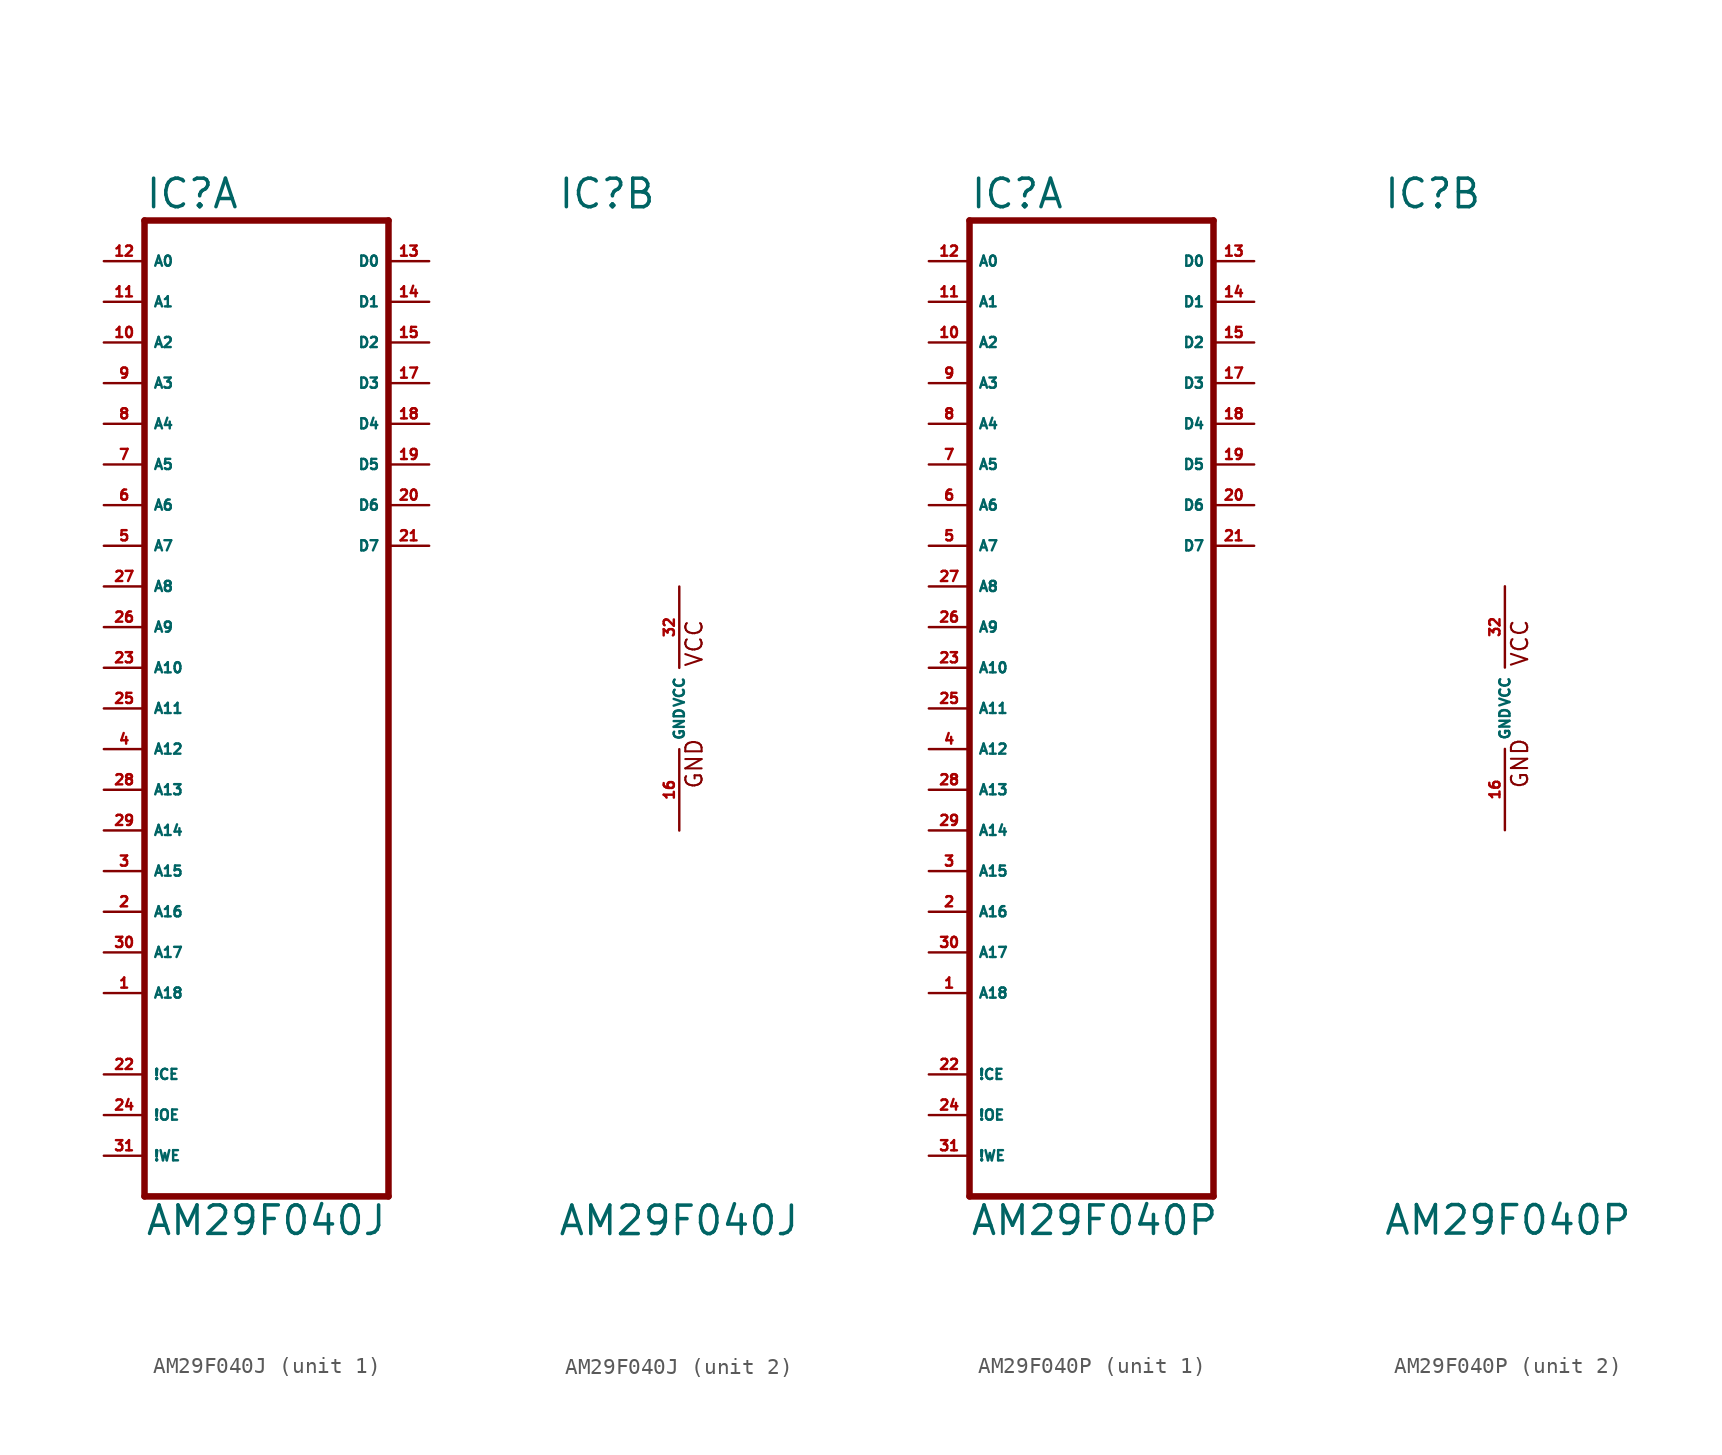
<source format=kicad_sym>
(kicad_symbol_lib
  (version 20220914)
  (generator Eagle2Kicad)
  (symbol "AM29F040J"
    (property "Reference" "IC"
      (at -7.62 31.115 0)
      (effects (font (size 1.778 1.778) (thickness 0.22)) (justify left bottom)))
    (property "Value" "AM29F040J"
      (at -7.62 -33.02 0)
      (effects (font (size 1.778 1.778) (thickness 0.22)) (justify left bottom)))
    (symbol "AM29F040J_1_0"
      (polyline (pts (xy -7.62 -30.48) (xy 7.62 -30.48)) (stroke (width 0.406) (type default)) (fill (type none)))
      (polyline (pts (xy 7.62 -30.48) (xy 7.62 30.48)) (stroke (width 0.406) (type default)) (fill (type none)))
      (polyline (pts (xy 7.62 30.48) (xy -7.62 30.48)) (stroke (width 0.406) (type default)) (fill (type none)))
      (polyline (pts (xy -7.62 30.48) (xy -7.62 -30.48)) (stroke (width 0.406) (type default)) (fill (type none)))
      (pin input line (at -10.16 -27.94 0) (length 2.54) (name "!WE" (effects (font (size 0.635 0.635) (thickness 0.08)) (justify left bottom))) (number "31" (effects (font (size 0.635 0.635) (thickness 0.08)) (justify left bottom))))
      (pin input line (at -10.16 -2.54 0) (length 2.54) (name "A12" (effects (font (size 0.635 0.635) (thickness 0.08)) (justify left bottom))) (number "4" (effects (font (size 0.635 0.635) (thickness 0.08)) (justify left bottom))))
      (pin input line (at -10.16 10.16 0) (length 2.54) (name "A7" (effects (font (size 0.635 0.635) (thickness 0.08)) (justify left bottom))) (number "5" (effects (font (size 0.635 0.635) (thickness 0.08)) (justify left bottom))))
      (pin input line (at -10.16 12.7 0) (length 2.54) (name "A6" (effects (font (size 0.635 0.635) (thickness 0.08)) (justify left bottom))) (number "6" (effects (font (size 0.635 0.635) (thickness 0.08)) (justify left bottom))))
      (pin input line (at -10.16 15.24 0) (length 2.54) (name "A5" (effects (font (size 0.635 0.635) (thickness 0.08)) (justify left bottom))) (number "7" (effects (font (size 0.635 0.635) (thickness 0.08)) (justify left bottom))))
      (pin input line (at -10.16 17.78 0) (length 2.54) (name "A4" (effects (font (size 0.635 0.635) (thickness 0.08)) (justify left bottom))) (number "8" (effects (font (size 0.635 0.635) (thickness 0.08)) (justify left bottom))))
      (pin input line (at -10.16 20.32 0) (length 2.54) (name "A3" (effects (font (size 0.635 0.635) (thickness 0.08)) (justify left bottom))) (number "9" (effects (font (size 0.635 0.635) (thickness 0.08)) (justify left bottom))))
      (pin input line (at -10.16 22.86 0) (length 2.54) (name "A2" (effects (font (size 0.635 0.635) (thickness 0.08)) (justify left bottom))) (number "10" (effects (font (size 0.635 0.635) (thickness 0.08)) (justify left bottom))))
      (pin input line (at -10.16 25.4 0) (length 2.54) (name "A1" (effects (font (size 0.635 0.635) (thickness 0.08)) (justify left bottom))) (number "11" (effects (font (size 0.635 0.635) (thickness 0.08)) (justify left bottom))))
      (pin input line (at -10.16 27.94 0) (length 2.54) (name "A0" (effects (font (size 0.635 0.635) (thickness 0.08)) (justify left bottom))) (number "12" (effects (font (size 0.635 0.635) (thickness 0.08)) (justify left bottom))))
      (pin tri_state line (at 10.16 27.94 180) (length 2.54) (name "D0" (effects (font (size 0.635 0.635) (thickness 0.08)) (justify left bottom))) (number "13" (effects (font (size 0.635 0.635) (thickness 0.08)) (justify left bottom))))
      (pin input line (at -10.16 -22.86 0) (length 2.54) (name "!CE" (effects (font (size 0.635 0.635) (thickness 0.08)) (justify left bottom))) (number "22" (effects (font (size 0.635 0.635) (thickness 0.08)) (justify left bottom))))
      (pin input line (at -10.16 2.54 0) (length 2.54) (name "A10" (effects (font (size 0.635 0.635) (thickness 0.08)) (justify left bottom))) (number "23" (effects (font (size 0.635 0.635) (thickness 0.08)) (justify left bottom))))
      (pin input line (at -10.16 -25.4 0) (length 2.54) (name "!OE" (effects (font (size 0.635 0.635) (thickness 0.08)) (justify left bottom))) (number "24" (effects (font (size 0.635 0.635) (thickness 0.08)) (justify left bottom))))
      (pin input line (at -10.16 0 0) (length 2.54) (name "A11" (effects (font (size 0.635 0.635) (thickness 0.08)) (justify left bottom))) (number "25" (effects (font (size 0.635 0.635) (thickness 0.08)) (justify left bottom))))
      (pin input line (at -10.16 5.08 0) (length 2.54) (name "A9" (effects (font (size 0.635 0.635) (thickness 0.08)) (justify left bottom))) (number "26" (effects (font (size 0.635 0.635) (thickness 0.08)) (justify left bottom))))
      (pin input line (at -10.16 7.62 0) (length 2.54) (name "A8" (effects (font (size 0.635 0.635) (thickness 0.08)) (justify left bottom))) (number "27" (effects (font (size 0.635 0.635) (thickness 0.08)) (justify left bottom))))
      (pin input line (at -10.16 -5.08 0) (length 2.54) (name "A13" (effects (font (size 0.635 0.635) (thickness 0.08)) (justify left bottom))) (number "28" (effects (font (size 0.635 0.635) (thickness 0.08)) (justify left bottom))))
      (pin input line (at -10.16 -7.62 0) (length 2.54) (name "A14" (effects (font (size 0.635 0.635) (thickness 0.08)) (justify left bottom))) (number "29" (effects (font (size 0.635 0.635) (thickness 0.08)) (justify left bottom))))
      (pin input line (at -10.16 -10.16 0) (length 2.54) (name "A15" (effects (font (size 0.635 0.635) (thickness 0.08)) (justify left bottom))) (number "3" (effects (font (size 0.635 0.635) (thickness 0.08)) (justify left bottom))))
      (pin input line (at -10.16 -12.7 0) (length 2.54) (name "A16" (effects (font (size 0.635 0.635) (thickness 0.08)) (justify left bottom))) (number "2" (effects (font (size 0.635 0.635) (thickness 0.08)) (justify left bottom))))
      (pin input line (at -10.16 -15.24 0) (length 2.54) (name "A17" (effects (font (size 0.635 0.635) (thickness 0.08)) (justify left bottom))) (number "30" (effects (font (size 0.635 0.635) (thickness 0.08)) (justify left bottom))))
      (pin input line (at -10.16 -17.78 0) (length 2.54) (name "A18" (effects (font (size 0.635 0.635) (thickness 0.08)) (justify left bottom))) (number "1" (effects (font (size 0.635 0.635) (thickness 0.08)) (justify left bottom))))
      (pin tri_state line (at 10.16 25.4 180) (length 2.54) (name "D1" (effects (font (size 0.635 0.635) (thickness 0.08)) (justify left bottom))) (number "14" (effects (font (size 0.635 0.635) (thickness 0.08)) (justify left bottom))))
      (pin tri_state line (at 10.16 22.86 180) (length 2.54) (name "D2" (effects (font (size 0.635 0.635) (thickness 0.08)) (justify left bottom))) (number "15" (effects (font (size 0.635 0.635) (thickness 0.08)) (justify left bottom))))
      (pin tri_state line (at 10.16 20.32 180) (length 2.54) (name "D3" (effects (font (size 0.635 0.635) (thickness 0.08)) (justify left bottom))) (number "17" (effects (font (size 0.635 0.635) (thickness 0.08)) (justify left bottom))))
      (pin tri_state line (at 10.16 17.78 180) (length 2.54) (name "D4" (effects (font (size 0.635 0.635) (thickness 0.08)) (justify left bottom))) (number "18" (effects (font (size 0.635 0.635) (thickness 0.08)) (justify left bottom))))
      (pin tri_state line (at 10.16 15.24 180) (length 2.54) (name "D5" (effects (font (size 0.635 0.635) (thickness 0.08)) (justify left bottom))) (number "19" (effects (font (size 0.635 0.635) (thickness 0.08)) (justify left bottom))))
      (pin tri_state line (at 10.16 12.7 180) (length 2.54) (name "D6" (effects (font (size 0.635 0.635) (thickness 0.08)) (justify left bottom))) (number "20" (effects (font (size 0.635 0.635) (thickness 0.08)) (justify left bottom))))
      (pin tri_state line (at 10.16 10.16 180) (length 2.54) (name "D7" (effects (font (size 0.635 0.635) (thickness 0.08)) (justify left bottom))) (number "21" (effects (font (size 0.635 0.635) (thickness 0.08)) (justify left bottom)))))
    (symbol "AM29F040J_2_0"
      (text "GND" (at 1.524 -5.08 900) (effects (font (size 1.016 1.016) (thickness 0.13)) (justify left bottom)))
      (text "VCC" (at 1.524 2.54 900) (effects (font (size 1.016 1.016) (thickness 0.13)) (justify left bottom)))
      (pin unspecified line (at 0 7.62 270) (length 5.08) (name "VCC" (effects (font (size 0.635 0.635) (thickness 0.08)) (justify left bottom))) (number "32" (effects (font (size 0.635 0.635) (thickness 0.08)) (justify left bottom))))
      (pin unspecified line (at 0 -7.62 90) (length 5.08) (name "GND" (effects (font (size 0.635 0.635) (thickness 0.08)) (justify left bottom))) (number "16" (effects (font (size 0.635 0.635) (thickness 0.08)) (justify left bottom))))))
  (symbol "AM29F040P"
    (property "Reference" "IC"
      (at -7.62 31.115 0)
      (effects (font (size 1.778 1.778) (thickness 0.22)) (justify left bottom)))
    (property "Value" "AM29F040P"
      (at -7.62 -33.02 0)
      (effects (font (size 1.778 1.778) (thickness 0.22)) (justify left bottom)))
    (symbol "AM29F040P_1_0"
      (polyline (pts (xy -7.62 -30.48) (xy 7.62 -30.48)) (stroke (width 0.406) (type default)) (fill (type none)))
      (polyline (pts (xy 7.62 -30.48) (xy 7.62 30.48)) (stroke (width 0.406) (type default)) (fill (type none)))
      (polyline (pts (xy 7.62 30.48) (xy -7.62 30.48)) (stroke (width 0.406) (type default)) (fill (type none)))
      (polyline (pts (xy -7.62 30.48) (xy -7.62 -30.48)) (stroke (width 0.406) (type default)) (fill (type none)))
      (pin input line (at -10.16 -27.94 0) (length 2.54) (name "!WE" (effects (font (size 0.635 0.635) (thickness 0.08)) (justify left bottom))) (number "31" (effects (font (size 0.635 0.635) (thickness 0.08)) (justify left bottom))))
      (pin input line (at -10.16 -2.54 0) (length 2.54) (name "A12" (effects (font (size 0.635 0.635) (thickness 0.08)) (justify left bottom))) (number "4" (effects (font (size 0.635 0.635) (thickness 0.08)) (justify left bottom))))
      (pin input line (at -10.16 10.16 0) (length 2.54) (name "A7" (effects (font (size 0.635 0.635) (thickness 0.08)) (justify left bottom))) (number "5" (effects (font (size 0.635 0.635) (thickness 0.08)) (justify left bottom))))
      (pin input line (at -10.16 12.7 0) (length 2.54) (name "A6" (effects (font (size 0.635 0.635) (thickness 0.08)) (justify left bottom))) (number "6" (effects (font (size 0.635 0.635) (thickness 0.08)) (justify left bottom))))
      (pin input line (at -10.16 15.24 0) (length 2.54) (name "A5" (effects (font (size 0.635 0.635) (thickness 0.08)) (justify left bottom))) (number "7" (effects (font (size 0.635 0.635) (thickness 0.08)) (justify left bottom))))
      (pin input line (at -10.16 17.78 0) (length 2.54) (name "A4" (effects (font (size 0.635 0.635) (thickness 0.08)) (justify left bottom))) (number "8" (effects (font (size 0.635 0.635) (thickness 0.08)) (justify left bottom))))
      (pin input line (at -10.16 20.32 0) (length 2.54) (name "A3" (effects (font (size 0.635 0.635) (thickness 0.08)) (justify left bottom))) (number "9" (effects (font (size 0.635 0.635) (thickness 0.08)) (justify left bottom))))
      (pin input line (at -10.16 22.86 0) (length 2.54) (name "A2" (effects (font (size 0.635 0.635) (thickness 0.08)) (justify left bottom))) (number "10" (effects (font (size 0.635 0.635) (thickness 0.08)) (justify left bottom))))
      (pin input line (at -10.16 25.4 0) (length 2.54) (name "A1" (effects (font (size 0.635 0.635) (thickness 0.08)) (justify left bottom))) (number "11" (effects (font (size 0.635 0.635) (thickness 0.08)) (justify left bottom))))
      (pin input line (at -10.16 27.94 0) (length 2.54) (name "A0" (effects (font (size 0.635 0.635) (thickness 0.08)) (justify left bottom))) (number "12" (effects (font (size 0.635 0.635) (thickness 0.08)) (justify left bottom))))
      (pin tri_state line (at 10.16 27.94 180) (length 2.54) (name "D0" (effects (font (size 0.635 0.635) (thickness 0.08)) (justify left bottom))) (number "13" (effects (font (size 0.635 0.635) (thickness 0.08)) (justify left bottom))))
      (pin input line (at -10.16 -22.86 0) (length 2.54) (name "!CE" (effects (font (size 0.635 0.635) (thickness 0.08)) (justify left bottom))) (number "22" (effects (font (size 0.635 0.635) (thickness 0.08)) (justify left bottom))))
      (pin input line (at -10.16 2.54 0) (length 2.54) (name "A10" (effects (font (size 0.635 0.635) (thickness 0.08)) (justify left bottom))) (number "23" (effects (font (size 0.635 0.635) (thickness 0.08)) (justify left bottom))))
      (pin input line (at -10.16 -25.4 0) (length 2.54) (name "!OE" (effects (font (size 0.635 0.635) (thickness 0.08)) (justify left bottom))) (number "24" (effects (font (size 0.635 0.635) (thickness 0.08)) (justify left bottom))))
      (pin input line (at -10.16 0 0) (length 2.54) (name "A11" (effects (font (size 0.635 0.635) (thickness 0.08)) (justify left bottom))) (number "25" (effects (font (size 0.635 0.635) (thickness 0.08)) (justify left bottom))))
      (pin input line (at -10.16 5.08 0) (length 2.54) (name "A9" (effects (font (size 0.635 0.635) (thickness 0.08)) (justify left bottom))) (number "26" (effects (font (size 0.635 0.635) (thickness 0.08)) (justify left bottom))))
      (pin input line (at -10.16 7.62 0) (length 2.54) (name "A8" (effects (font (size 0.635 0.635) (thickness 0.08)) (justify left bottom))) (number "27" (effects (font (size 0.635 0.635) (thickness 0.08)) (justify left bottom))))
      (pin input line (at -10.16 -5.08 0) (length 2.54) (name "A13" (effects (font (size 0.635 0.635) (thickness 0.08)) (justify left bottom))) (number "28" (effects (font (size 0.635 0.635) (thickness 0.08)) (justify left bottom))))
      (pin input line (at -10.16 -7.62 0) (length 2.54) (name "A14" (effects (font (size 0.635 0.635) (thickness 0.08)) (justify left bottom))) (number "29" (effects (font (size 0.635 0.635) (thickness 0.08)) (justify left bottom))))
      (pin input line (at -10.16 -10.16 0) (length 2.54) (name "A15" (effects (font (size 0.635 0.635) (thickness 0.08)) (justify left bottom))) (number "3" (effects (font (size 0.635 0.635) (thickness 0.08)) (justify left bottom))))
      (pin input line (at -10.16 -12.7 0) (length 2.54) (name "A16" (effects (font (size 0.635 0.635) (thickness 0.08)) (justify left bottom))) (number "2" (effects (font (size 0.635 0.635) (thickness 0.08)) (justify left bottom))))
      (pin input line (at -10.16 -15.24 0) (length 2.54) (name "A17" (effects (font (size 0.635 0.635) (thickness 0.08)) (justify left bottom))) (number "30" (effects (font (size 0.635 0.635) (thickness 0.08)) (justify left bottom))))
      (pin input line (at -10.16 -17.78 0) (length 2.54) (name "A18" (effects (font (size 0.635 0.635) (thickness 0.08)) (justify left bottom))) (number "1" (effects (font (size 0.635 0.635) (thickness 0.08)) (justify left bottom))))
      (pin tri_state line (at 10.16 25.4 180) (length 2.54) (name "D1" (effects (font (size 0.635 0.635) (thickness 0.08)) (justify left bottom))) (number "14" (effects (font (size 0.635 0.635) (thickness 0.08)) (justify left bottom))))
      (pin tri_state line (at 10.16 22.86 180) (length 2.54) (name "D2" (effects (font (size 0.635 0.635) (thickness 0.08)) (justify left bottom))) (number "15" (effects (font (size 0.635 0.635) (thickness 0.08)) (justify left bottom))))
      (pin tri_state line (at 10.16 20.32 180) (length 2.54) (name "D3" (effects (font (size 0.635 0.635) (thickness 0.08)) (justify left bottom))) (number "17" (effects (font (size 0.635 0.635) (thickness 0.08)) (justify left bottom))))
      (pin tri_state line (at 10.16 17.78 180) (length 2.54) (name "D4" (effects (font (size 0.635 0.635) (thickness 0.08)) (justify left bottom))) (number "18" (effects (font (size 0.635 0.635) (thickness 0.08)) (justify left bottom))))
      (pin tri_state line (at 10.16 15.24 180) (length 2.54) (name "D5" (effects (font (size 0.635 0.635) (thickness 0.08)) (justify left bottom))) (number "19" (effects (font (size 0.635 0.635) (thickness 0.08)) (justify left bottom))))
      (pin tri_state line (at 10.16 12.7 180) (length 2.54) (name "D6" (effects (font (size 0.635 0.635) (thickness 0.08)) (justify left bottom))) (number "20" (effects (font (size 0.635 0.635) (thickness 0.08)) (justify left bottom))))
      (pin tri_state line (at 10.16 10.16 180) (length 2.54) (name "D7" (effects (font (size 0.635 0.635) (thickness 0.08)) (justify left bottom))) (number "21" (effects (font (size 0.635 0.635) (thickness 0.08)) (justify left bottom)))))
    (symbol "AM29F040P_2_0"
      (text "GND" (at 1.524 -5.08 900) (effects (font (size 1.016 1.016) (thickness 0.13)) (justify left bottom)))
      (text "VCC" (at 1.524 2.54 900) (effects (font (size 1.016 1.016) (thickness 0.13)) (justify left bottom)))
      (pin unspecified line (at 0 7.62 270) (length 5.08) (name "VCC" (effects (font (size 0.635 0.635) (thickness 0.08)) (justify left bottom))) (number "32" (effects (font (size 0.635 0.635) (thickness 0.08)) (justify left bottom))))
      (pin unspecified line (at 0 -7.62 90) (length 5.08) (name "GND" (effects (font (size 0.635 0.635) (thickness 0.08)) (justify left bottom))) (number "16" (effects (font (size 0.635 0.635) (thickness 0.08)) (justify left bottom)))))))
</source>
